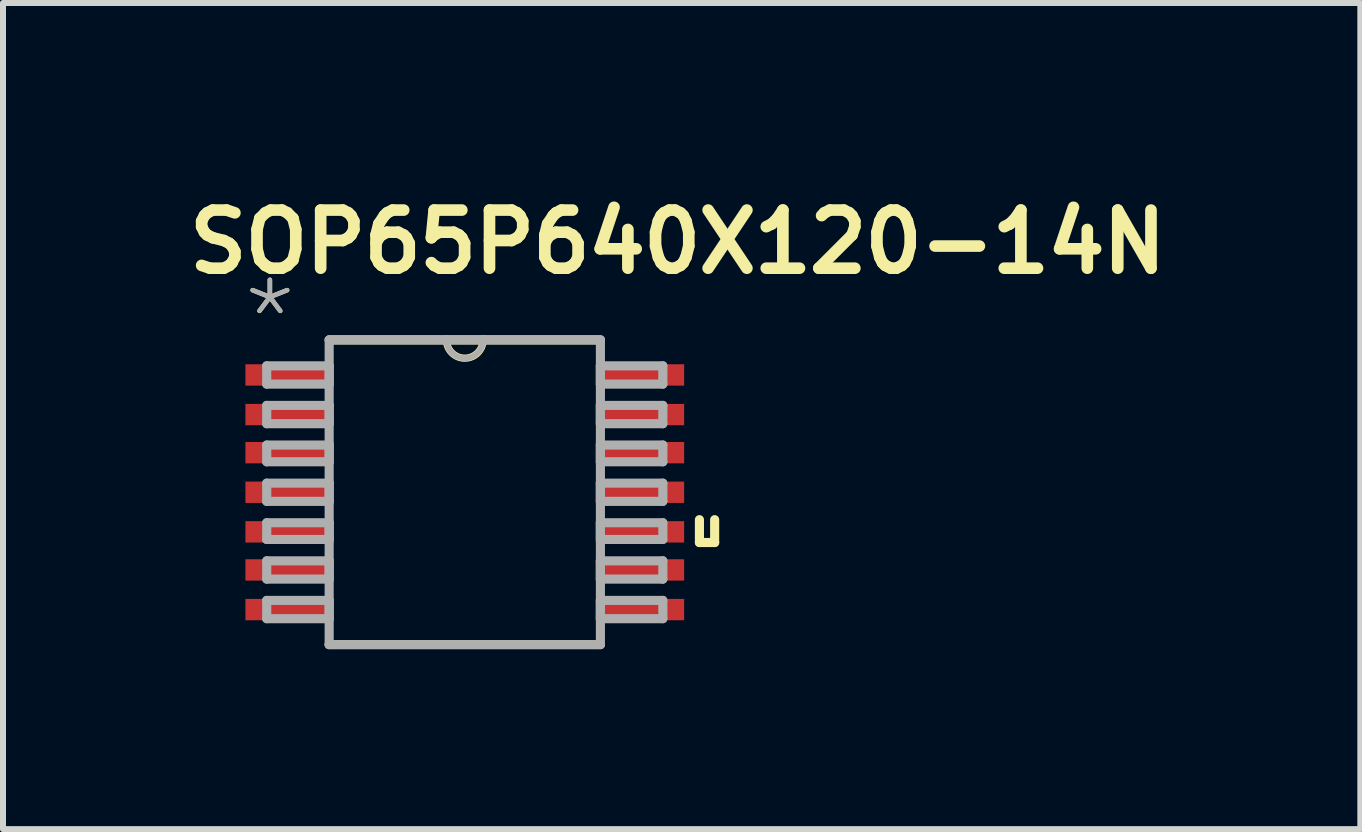
<source format=kicad_pcb>
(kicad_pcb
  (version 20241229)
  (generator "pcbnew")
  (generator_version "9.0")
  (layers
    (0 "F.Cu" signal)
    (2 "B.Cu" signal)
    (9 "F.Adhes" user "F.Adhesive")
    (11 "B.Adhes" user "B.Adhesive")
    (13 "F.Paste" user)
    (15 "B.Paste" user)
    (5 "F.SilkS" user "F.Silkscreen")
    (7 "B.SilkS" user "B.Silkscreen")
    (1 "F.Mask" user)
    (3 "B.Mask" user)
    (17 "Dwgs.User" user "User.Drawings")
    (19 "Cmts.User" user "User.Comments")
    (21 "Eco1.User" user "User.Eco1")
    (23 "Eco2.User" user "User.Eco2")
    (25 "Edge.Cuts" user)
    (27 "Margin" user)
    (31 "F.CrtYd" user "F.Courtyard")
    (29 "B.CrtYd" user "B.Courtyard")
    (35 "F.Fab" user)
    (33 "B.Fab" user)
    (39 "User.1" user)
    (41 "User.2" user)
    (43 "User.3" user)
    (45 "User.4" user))
  (footprint "SOP65P640X120-14N"
    (layer "F.Cu")
    (at 4.699 5.157)
    (property "Reference" "SOP65P640X120-14N" (at -4.699 -3.607 0) (layer "F.SilkS") (effects (font (size 0.969 0.969) (thickness 0.194)) (justify left bottom)))
    (attr through_hole)
    (fp_line (start -2.261 2.54) (end 2.261 2.54) (stroke (width 0.152) (type solid)) (layer "F.SilkS"))
    (fp_line (start -0.305 -2.54) (end -2.261 -2.54) (stroke (width 0.152) (type solid)) (layer "F.SilkS"))
    (fp_line (start 0.305 -2.54) (end -0.305 -2.54) (stroke (width 0.152) (type solid)) (layer "F.SilkS"))
    (fp_line (start 2.261 -2.54) (end 0.305 -2.54) (stroke (width 0.152) (type solid)) (layer "F.SilkS"))
    (fp_line (start 3.912 0.838) (end 3.912 0.457) (stroke (width 0.152) (type solid)) (layer "F.SilkS"))
    (fp_line (start 4.166 0.457) (end 4.166 0.838) (stroke (width 0.152) (type solid)) (layer "F.SilkS"))
    (fp_line (start 4.166 0.838) (end 3.912 0.838) (stroke (width 0.152) (type solid)) (layer "F.SilkS"))
    (fp_arc (start 0.3048 -2.54) (mid 0 -2.2352) (end -0.3048 -2.54) (stroke (width 0.12) (type solid)) (layer "F.SilkS"))
    (fp_line (start -3.302 -2.108) (end -3.302 -1.803) (stroke (width 0.152) (type solid)) (layer "F.Fab"))
    (fp_line (start -3.302 -1.803) (end -2.261 -1.803) (stroke (width 0.152) (type solid)) (layer "F.Fab"))
    (fp_line (start -3.302 -1.448) (end -3.302 -1.143) (stroke (width 0.152) (type solid)) (layer "F.Fab"))
    (fp_line (start -3.302 -1.143) (end -2.261 -1.143) (stroke (width 0.152) (type solid)) (layer "F.Fab"))
    (fp_line (start -3.302 -0.787) (end -3.302 -0.508) (stroke (width 0.152) (type solid)) (layer "F.Fab"))
    (fp_line (start -3.302 -0.508) (end -2.261 -0.508) (stroke (width 0.152) (type solid)) (layer "F.Fab"))
    (fp_line (start -3.302 -0.152) (end -3.302 0.152) (stroke (width 0.152) (type solid)) (layer "F.Fab"))
    (fp_line (start -3.302 0.152) (end -2.261 0.152) (stroke (width 0.152) (type solid)) (layer "F.Fab"))
    (fp_line (start -3.302 0.508) (end -3.302 0.787) (stroke (width 0.152) (type solid)) (layer "F.Fab"))
    (fp_line (start -3.302 0.787) (end -2.261 0.787) (stroke (width 0.152) (type solid)) (layer "F.Fab"))
    (fp_line (start -3.302 1.143) (end -3.302 1.448) (stroke (width 0.152) (type solid)) (layer "F.Fab"))
    (fp_line (start -3.302 1.448) (end -2.261 1.448) (stroke (width 0.152) (type solid)) (layer "F.Fab"))
    (fp_line (start -3.302 1.803) (end -3.302 2.108) (stroke (width 0.152) (type solid)) (layer "F.Fab"))
    (fp_line (start -3.302 2.108) (end -2.261 2.108) (stroke (width 0.152) (type solid)) (layer "F.Fab"))
    (fp_line (start -2.261 -2.54) (end -2.261 2.54) (stroke (width 0.152) (type solid)) (layer "F.Fab"))
    (fp_line (start -2.261 -2.108) (end -3.302 -2.108) (stroke (width 0.152) (type solid)) (layer "F.Fab"))
    (fp_line (start -2.261 -1.803) (end -2.261 -2.108) (stroke (width 0.152) (type solid)) (layer "F.Fab"))
    (fp_line (start -2.261 -1.448) (end -3.302 -1.448) (stroke (width 0.152) (type solid)) (layer "F.Fab"))
    (fp_line (start -2.261 -1.143) (end -2.261 -1.448) (stroke (width 0.152) (type solid)) (layer "F.Fab"))
    (fp_line (start -2.261 -0.787) (end -3.302 -0.787) (stroke (width 0.152) (type solid)) (layer "F.Fab"))
    (fp_line (start -2.261 -0.508) (end -2.261 -0.787) (stroke (width 0.152) (type solid)) (layer "F.Fab"))
    (fp_line (start -2.261 -0.152) (end -3.302 -0.152) (stroke (width 0.152) (type solid)) (layer "F.Fab"))
    (fp_line (start -2.261 0.152) (end -2.261 -0.152) (stroke (width 0.152) (type solid)) (layer "F.Fab"))
    (fp_line (start -2.261 0.508) (end -3.302 0.508) (stroke (width 0.152) (type solid)) (layer "F.Fab"))
    (fp_line (start -2.261 0.787) (end -2.261 0.508) (stroke (width 0.152) (type solid)) (layer "F.Fab"))
    (fp_line (start -2.261 1.143) (end -3.302 1.143) (stroke (width 0.152) (type solid)) (layer "F.Fab"))
    (fp_line (start -2.261 1.448) (end -2.261 1.143) (stroke (width 0.152) (type solid)) (layer "F.Fab"))
    (fp_line (start -2.261 1.803) (end -3.302 1.803) (stroke (width 0.152) (type solid)) (layer "F.Fab"))
    (fp_line (start -2.261 2.108) (end -2.261 1.803) (stroke (width 0.152) (type solid)) (layer "F.Fab"))
    (fp_line (start -2.261 2.54) (end 2.261 2.54) (stroke (width 0.152) (type solid)) (layer "F.Fab"))
    (fp_line (start -0.305 -2.54) (end -2.261 -2.54) (stroke (width 0.152) (type solid)) (layer "F.Fab"))
    (fp_line (start 0.305 -2.54) (end -0.305 -2.54) (stroke (width 0.152) (type solid)) (layer "F.Fab"))
    (fp_line (start 2.261 -2.54) (end 0.305 -2.54) (stroke (width 0.152) (type solid)) (layer "F.Fab"))
    (fp_line (start 2.261 -2.108) (end 2.261 -1.803) (stroke (width 0.152) (type solid)) (layer "F.Fab"))
    (fp_line (start 2.261 -1.803) (end 3.302 -1.803) (stroke (width 0.152) (type solid)) (layer "F.Fab"))
    (fp_line (start 2.261 -1.448) (end 2.261 -1.143) (stroke (width 0.152) (type solid)) (layer "F.Fab"))
    (fp_line (start 2.261 -1.143) (end 3.302 -1.143) (stroke (width 0.152) (type solid)) (layer "F.Fab"))
    (fp_line (start 2.261 -0.787) (end 2.261 -0.508) (stroke (width 0.152) (type solid)) (layer "F.Fab"))
    (fp_line (start 2.261 -0.508) (end 3.302 -0.508) (stroke (width 0.152) (type solid)) (layer "F.Fab"))
    (fp_line (start 2.261 -0.152) (end 2.261 0.152) (stroke (width 0.152) (type solid)) (layer "F.Fab"))
    (fp_line (start 2.261 0.152) (end 3.302 0.152) (stroke (width 0.152) (type solid)) (layer "F.Fab"))
    (fp_line (start 2.261 0.508) (end 2.261 0.787) (stroke (width 0.152) (type solid)) (layer "F.Fab"))
    (fp_line (start 2.261 0.787) (end 3.302 0.787) (stroke (width 0.152) (type solid)) (layer "F.Fab"))
    (fp_line (start 2.261 1.143) (end 2.261 1.448) (stroke (width 0.152) (type solid)) (layer "F.Fab"))
    (fp_line (start 2.261 1.448) (end 3.302 1.448) (stroke (width 0.152) (type solid)) (layer "F.Fab"))
    (fp_line (start 2.261 1.803) (end 2.261 2.108) (stroke (width 0.152) (type solid)) (layer "F.Fab"))
    (fp_line (start 2.261 2.108) (end 3.302 2.108) (stroke (width 0.152) (type solid)) (layer "F.Fab"))
    (fp_line (start 2.261 2.54) (end 2.261 -2.54) (stroke (width 0.152) (type solid)) (layer "F.Fab"))
    (fp_line (start 3.302 -2.108) (end 2.261 -2.108) (stroke (width 0.152) (type solid)) (layer "F.Fab"))
    (fp_line (start 3.302 -1.803) (end 3.302 -2.108) (stroke (width 0.152) (type solid)) (layer "F.Fab"))
    (fp_line (start 3.302 -1.448) (end 2.261 -1.448) (stroke (width 0.152) (type solid)) (layer "F.Fab"))
    (fp_line (start 3.302 -1.143) (end 3.302 -1.448) (stroke (width 0.152) (type solid)) (layer "F.Fab"))
    (fp_line (start 3.302 -0.787) (end 2.261 -0.787) (stroke (width 0.152) (type solid)) (layer "F.Fab"))
    (fp_line (start 3.302 -0.508) (end 3.302 -0.787) (stroke (width 0.152) (type solid)) (layer "F.Fab"))
    (fp_line (start 3.302 -0.152) (end 2.261 -0.152) (stroke (width 0.152) (type solid)) (layer "F.Fab"))
    (fp_line (start 3.302 0.152) (end 3.302 -0.152) (stroke (width 0.152) (type solid)) (layer "F.Fab"))
    (fp_line (start 3.302 0.508) (end 2.261 0.508) (stroke (width 0.152) (type solid)) (layer "F.Fab"))
    (fp_line (start 3.302 0.787) (end 3.302 0.508) (stroke (width 0.152) (type solid)) (layer "F.Fab"))
    (fp_line (start 3.302 1.143) (end 2.261 1.143) (stroke (width 0.152) (type solid)) (layer "F.Fab"))
    (fp_line (start 3.302 1.448) (end 3.302 1.143) (stroke (width 0.152) (type solid)) (layer "F.Fab"))
    (fp_line (start 3.302 1.803) (end 2.261 1.803) (stroke (width 0.152) (type solid)) (layer "F.Fab"))
    (fp_line (start 3.302 2.108) (end 3.302 1.803) (stroke (width 0.152) (type solid)) (layer "F.Fab"))
    (fp_arc (start 0.3048 -2.54) (mid 0 -2.2352) (end -0.3048 -2.54) (stroke (width 0.1) (type solid)) (layer "F.Fab"))
    (fp_text user "*" (at -3.759 -2.184 0) (layer "F.SilkS") (effects (font (size 1.206 1.206) (thickness 0.076)) (justify left bottom)))
    (fp_text user "*" (at -3.759 -2.184 0) (layer "F.Fab") (effects (font (size 1.206 1.206) (thickness 0.076)) (justify left bottom)))
    (pad "1" smd rect (at -2.921 -1.956) (size 1.473 0.356) (layers "F.Cu" "F.Mask" "F.Paste"))
    (pad "2" smd rect (at -2.921 -1.295) (size 1.473 0.356) (layers "F.Cu" "F.Mask" "F.Paste"))
    (pad "3" smd rect (at -2.921 -0.66) (size 1.473 0.356) (layers "F.Cu" "F.Mask" "F.Paste"))
    (pad "4" smd rect (at -2.921 0) (size 1.473 0.356) (layers "F.Cu" "F.Mask" "F.Paste"))
    (pad "5" smd rect (at -2.921 0.66) (size 1.473 0.356) (layers "F.Cu" "F.Mask" "F.Paste"))
    (pad "6" smd rect (at -2.921 1.295) (size 1.473 0.356) (layers "F.Cu" "F.Mask" "F.Paste"))
    (pad "7" smd rect (at -2.921 1.956) (size 1.473 0.356) (layers "F.Cu" "F.Mask" "F.Paste"))
    (pad "8" smd rect (at 2.921 1.956) (size 1.473 0.356) (layers "F.Cu" "F.Mask" "F.Paste"))
    (pad "9" smd rect (at 2.921 1.295) (size 1.473 0.356) (layers "F.Cu" "F.Mask" "F.Paste"))
    (pad "10" smd rect (at 2.921 0.66) (size 1.473 0.356) (layers "F.Cu" "F.Mask" "F.Paste"))
    (pad "11" smd rect (at 2.921 0) (size 1.473 0.356) (layers "F.Cu" "F.Mask" "F.Paste"))
    (pad "12" smd rect (at 2.921 -0.66) (size 1.473 0.356) (layers "F.Cu" "F.Mask" "F.Paste"))
    (pad "13" smd rect (at 2.921 -1.295) (size 1.473 0.356) (layers "F.Cu" "F.Mask" "F.Paste"))
    (pad "14" smd rect (at 2.921 -1.956) (size 1.473 0.356) (layers "F.Cu" "F.Mask" "F.Paste")))
  (gr_rect
    (start -3 -3)
    (end 19.63 10.773)
    (stroke (width 0.1) (type default))
    (fill no)
    (layer "Edge.Cuts")))
</source>
